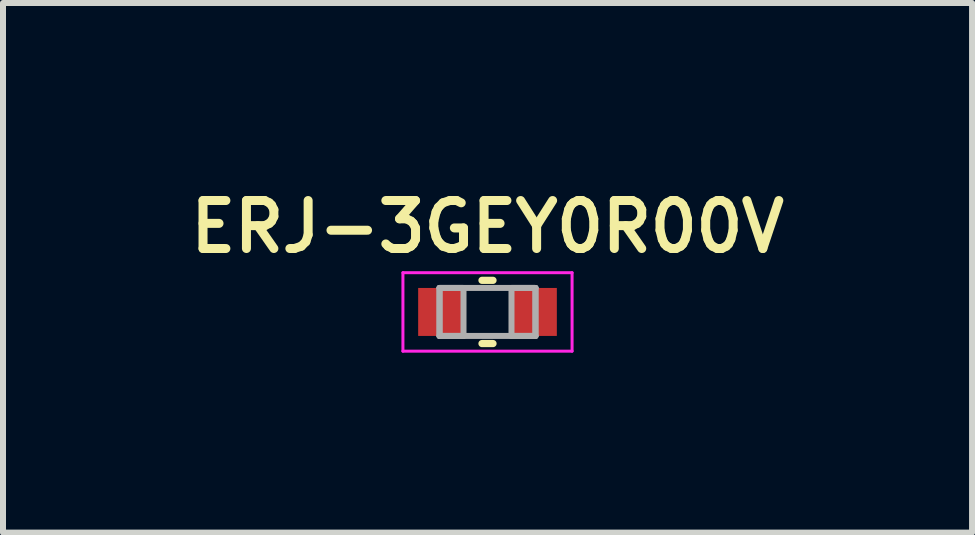
<source format=kicad_pcb>
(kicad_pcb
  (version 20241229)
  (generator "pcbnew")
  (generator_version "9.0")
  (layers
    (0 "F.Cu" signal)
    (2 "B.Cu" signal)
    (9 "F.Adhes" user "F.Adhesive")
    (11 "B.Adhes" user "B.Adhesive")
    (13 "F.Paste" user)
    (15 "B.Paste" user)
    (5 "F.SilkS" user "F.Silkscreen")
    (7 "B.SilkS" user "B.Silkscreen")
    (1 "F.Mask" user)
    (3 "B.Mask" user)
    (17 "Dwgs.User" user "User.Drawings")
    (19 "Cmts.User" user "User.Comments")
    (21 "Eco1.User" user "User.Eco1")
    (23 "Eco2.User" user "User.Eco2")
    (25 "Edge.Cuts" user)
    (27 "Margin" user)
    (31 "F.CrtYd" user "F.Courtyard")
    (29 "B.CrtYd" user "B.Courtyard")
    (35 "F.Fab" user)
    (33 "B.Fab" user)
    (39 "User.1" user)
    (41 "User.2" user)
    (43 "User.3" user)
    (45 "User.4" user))
  (footprint "ERJ-3GEY0R00V"
    (layer "F.Cu")
    (at 5.078 2.151)
    (property "Reference" "ERJ-3GEY0R00V" (at 0 -1.42 0) (layer "F.SilkS") (effects (font (size 0.8 0.8) (thickness 0.15))))
    (attr through_hole)
    (fp_line (start -0.092 0.527) (end 0.092 0.527) (stroke (width 0.12) (type solid)) (layer "F.SilkS"))
    (fp_line (start 0.092 -0.527) (end -0.092 -0.527) (stroke (width 0.12) (type solid)) (layer "F.SilkS"))
    (fp_line (start -1.41 -0.654) (end 1.41 -0.654) (stroke (width 0.05) (type solid)) (layer "F.CrtYd"))
    (fp_line (start -1.41 0.654) (end -1.41 -0.654) (stroke (width 0.05) (type solid)) (layer "F.CrtYd"))
    (fp_line (start 1.41 -0.654) (end 1.41 0.654) (stroke (width 0.05) (type solid)) (layer "F.CrtYd"))
    (fp_line (start 1.41 0.654) (end -1.41 0.654) (stroke (width 0.05) (type solid)) (layer "F.CrtYd"))
    (fp_line (start -0.8 -0.4) (end -0.8 0.4) (stroke (width 0.1) (type solid)) (layer "F.Fab"))
    (fp_line (start -0.8 -0.4) (end -0.8 0.4) (stroke (width 0.1) (type solid)) (layer "F.Fab"))
    (fp_line (start -0.8 0.4) (end -0.4 0.4) (stroke (width 0.1) (type solid)) (layer "F.Fab"))
    (fp_line (start -0.8 0.4) (end 0.8 0.4) (stroke (width 0.1) (type solid)) (layer "F.Fab"))
    (fp_line (start -0.4 -0.4) (end -0.8 -0.4) (stroke (width 0.1) (type solid)) (layer "F.Fab"))
    (fp_line (start -0.4 0.4) (end -0.4 -0.4) (stroke (width 0.1) (type solid)) (layer "F.Fab"))
    (fp_line (start 0.4 -0.4) (end 0.4 0.4) (stroke (width 0.1) (type solid)) (layer "F.Fab"))
    (fp_line (start 0.4 0.4) (end 0.8 0.4) (stroke (width 0.1) (type solid)) (layer "F.Fab"))
    (fp_line (start 0.8 -0.4) (end -0.8 -0.4) (stroke (width 0.1) (type solid)) (layer "F.Fab"))
    (fp_line (start 0.8 -0.4) (end 0.4 -0.4) (stroke (width 0.1) (type solid)) (layer "F.Fab"))
    (fp_line (start 0.8 0.4) (end 0.8 -0.4) (stroke (width 0.1) (type solid)) (layer "F.Fab"))
    (fp_line (start 0.8 0.4) (end 0.8 -0.4) (stroke (width 0.1) (type solid)) (layer "F.Fab"))
    (pad "1" smd rect (at -0.778 0) (size 0.756 0.8) (layers "F.Cu" "F.Mask" "F.Paste"))
    (pad "2" smd rect (at 0.778 0) (size 0.756 0.8) (layers "F.Cu" "F.Mask" "F.Paste")))
  (gr_rect
    (start -3 -3)
    (end 13.157 5.83)
    (stroke (width 0.1) (type default))
    (fill no)
    (layer "Edge.Cuts")))
</source>
